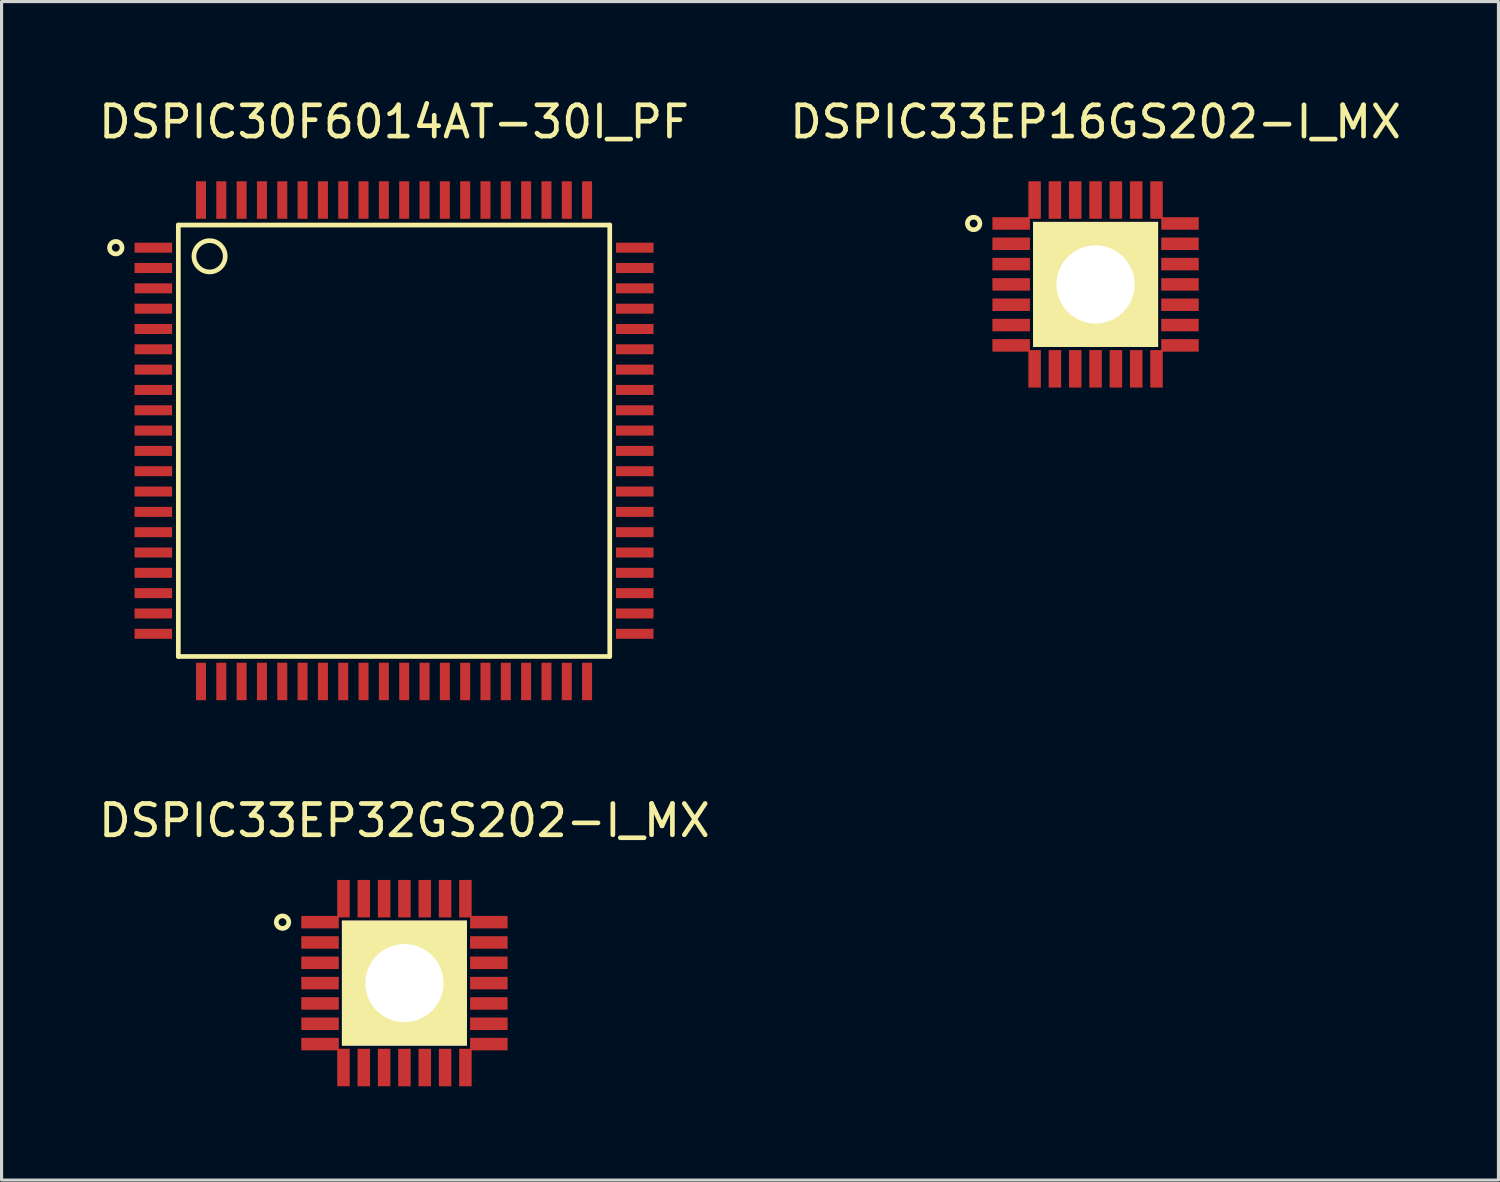
<source format=kicad_pcb>
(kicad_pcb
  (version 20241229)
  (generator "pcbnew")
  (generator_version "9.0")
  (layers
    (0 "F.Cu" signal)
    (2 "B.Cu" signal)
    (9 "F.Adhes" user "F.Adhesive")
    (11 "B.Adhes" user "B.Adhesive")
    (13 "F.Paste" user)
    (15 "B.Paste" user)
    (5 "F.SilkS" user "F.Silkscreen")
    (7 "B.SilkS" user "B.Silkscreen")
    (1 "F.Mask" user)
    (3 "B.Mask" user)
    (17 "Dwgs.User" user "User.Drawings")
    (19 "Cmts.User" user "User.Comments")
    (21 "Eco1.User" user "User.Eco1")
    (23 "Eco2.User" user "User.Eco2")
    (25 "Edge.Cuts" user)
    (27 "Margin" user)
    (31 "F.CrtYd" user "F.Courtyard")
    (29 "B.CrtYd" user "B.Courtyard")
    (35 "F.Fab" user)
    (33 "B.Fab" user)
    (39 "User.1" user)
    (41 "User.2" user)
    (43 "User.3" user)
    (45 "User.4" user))
  (footprint "DSPIC33EP16GS202-I_MX"
    (layer "F.Cu")
    (at 29.294 3.348)
    (property "Reference" "DSPIC33EP16GS202-I_MX" (at 2.7 -2.5 0) (layer "F.SilkS") (effects (font (size 1 1) (thickness 0.15))))
    (attr through_hole)
    (fp_line (start 0.8 0.8) (end 0.8 4.6) (stroke (width 0.15) (type solid)) (layer "F.SilkS"))
    (fp_line (start 0.8 0.8) (end 4.6 0.8) (stroke (width 0.15) (type solid)) (layer "F.SilkS"))
    (fp_line (start 0.8 4.6) (end 4.6 4.6) (stroke (width 0.15) (type solid)) (layer "F.SilkS"))
    (fp_line (start 4.6 4.6) (end 4.6 0.8) (stroke (width 0.15) (type solid)) (layer "F.SilkS"))
    (fp_circle (center -1.2 0.75) (end -1.2 0.55) (stroke (width 0.15) (type solid)) (fill no) (layer "F.SilkS"))
    (fp_circle (center 1.8 1.8) (end 1.8 1.3) (stroke (width 0.15) (type solid)) (fill no) (layer "F.SilkS"))
    (pad "1" smd rect (at 0 0.75) (size 1.2 0.4) (layers "F.Cu" "F.Mask" "F.Paste"))
    (pad "2" smd rect (at 0 1.4) (size 1.2 0.4) (layers "F.Cu" "F.Mask" "F.Paste"))
    (pad "3" smd rect (at 0 2.05) (size 1.2 0.4) (layers "F.Cu" "F.Mask" "F.Paste"))
    (pad "4" smd rect (at 0 2.7) (size 1.2 0.4) (layers "F.Cu" "F.Mask" "F.Paste"))
    (pad "5" smd rect (at 0 3.35) (size 1.2 0.4) (layers "F.Cu" "F.Mask" "F.Paste"))
    (pad "6" smd rect (at 0 4) (size 1.2 0.4) (layers "F.Cu" "F.Mask" "F.Paste"))
    (pad "7" smd rect (at 0 4.65) (size 1.2 0.4) (layers "F.Cu" "F.Mask" "F.Paste"))
    (pad "8" smd rect (at 0.75 5.4) (size 0.4 1.2) (layers "F.Cu" "F.Mask" "F.Paste"))
    (pad "9" smd rect (at 1.4 5.4) (size 0.4 1.2) (layers "F.Cu" "F.Mask" "F.Paste"))
    (pad "10" smd rect (at 2.05 5.4) (size 0.4 1.2) (layers "F.Cu" "F.Mask" "F.Paste"))
    (pad "11" smd rect (at 2.7 5.4) (size 0.4 1.2) (layers "F.Cu" "F.Mask" "F.Paste"))
    (pad "12" smd rect (at 3.35 5.4) (size 0.4 1.2) (layers "F.Cu" "F.Mask" "F.Paste"))
    (pad "13" smd rect (at 4 5.4) (size 0.4 1.2) (layers "F.Cu" "F.Mask" "F.Paste"))
    (pad "14" smd rect (at 4.65 5.4) (size 0.4 1.2) (layers "F.Cu" "F.Mask" "F.Paste"))
    (pad "15" smd rect (at 5.4 4.65) (size 1.2 0.4) (layers "F.Cu" "F.Mask" "F.Paste"))
    (pad "16" smd rect (at 5.4 4) (size 1.2 0.4) (layers "F.Cu" "F.Mask" "F.Paste"))
    (pad "17" smd rect (at 5.4 3.35) (size 1.2 0.4) (layers "F.Cu" "F.Mask" "F.Paste"))
    (pad "18" smd rect (at 5.4 2.7) (size 1.2 0.4) (layers "F.Cu" "F.Mask" "F.Paste"))
    (pad "19" smd rect (at 5.4 2.05) (size 1.2 0.4) (layers "F.Cu" "F.Mask" "F.Paste"))
    (pad "20" smd rect (at 5.4 1.4) (size 1.2 0.4) (layers "F.Cu" "F.Mask" "F.Paste"))
    (pad "21" smd rect (at 5.4 0.75) (size 1.2 0.4) (layers "F.Cu" "F.Mask" "F.Paste"))
    (pad "22" smd rect (at 4.65 0) (size 0.4 1.2) (layers "F.Cu" "F.Mask" "F.Paste"))
    (pad "23" smd rect (at 4 0) (size 0.4 1.2) (layers "F.Cu" "F.Mask" "F.Paste"))
    (pad "24" smd rect (at 3.35 0) (size 0.4 1.2) (layers "F.Cu" "F.Mask" "F.Paste"))
    (pad "25" smd rect (at 2.7 0) (size 0.4 1.2) (layers "F.Cu" "F.Mask" "F.Paste"))
    (pad "26" smd rect (at 2.05 0) (size 0.4 1.2) (layers "F.Cu" "F.Mask" "F.Paste"))
    (pad "27" smd rect (at 1.4 0) (size 0.4 1.2) (layers "F.Cu" "F.Mask" "F.Paste"))
    (pad "28" smd rect (at 0.75 0) (size 0.4 1.2) (layers "F.Cu" "F.Mask" "F.Paste"))
    (pad "999" thru_hole rect (at 2.7 2.7) (size 4 4) (drill 2.5) (layers "*.Cu" "*.Mask" "F.SilkS")))
  (footprint "DSPIC33EP32GS202-I_MX"
    (layer "F.Cu")
    (at 7.187 25.697)
    (property "Reference" "DSPIC33EP32GS202-I_MX" (at 2.7 -2.5 0) (layer "F.SilkS") (effects (font (size 1 1) (thickness 0.15))))
    (attr through_hole)
    (fp_line (start 0.8 0.8) (end 0.8 4.6) (stroke (width 0.15) (type solid)) (layer "F.SilkS"))
    (fp_line (start 0.8 0.8) (end 4.6 0.8) (stroke (width 0.15) (type solid)) (layer "F.SilkS"))
    (fp_line (start 0.8 4.6) (end 4.6 4.6) (stroke (width 0.15) (type solid)) (layer "F.SilkS"))
    (fp_line (start 4.6 4.6) (end 4.6 0.8) (stroke (width 0.15) (type solid)) (layer "F.SilkS"))
    (fp_circle (center -1.2 0.75) (end -1.2 0.55) (stroke (width 0.15) (type solid)) (fill no) (layer "F.SilkS"))
    (fp_circle (center 1.8 1.8) (end 1.8 1.3) (stroke (width 0.15) (type solid)) (fill no) (layer "F.SilkS"))
    (pad "1" smd rect (at 0 0.75) (size 1.2 0.4) (layers "F.Cu" "F.Mask" "F.Paste"))
    (pad "2" smd rect (at 0 1.4) (size 1.2 0.4) (layers "F.Cu" "F.Mask" "F.Paste"))
    (pad "3" smd rect (at 0 2.05) (size 1.2 0.4) (layers "F.Cu" "F.Mask" "F.Paste"))
    (pad "4" smd rect (at 0 2.7) (size 1.2 0.4) (layers "F.Cu" "F.Mask" "F.Paste"))
    (pad "5" smd rect (at 0 3.35) (size 1.2 0.4) (layers "F.Cu" "F.Mask" "F.Paste"))
    (pad "6" smd rect (at 0 4) (size 1.2 0.4) (layers "F.Cu" "F.Mask" "F.Paste"))
    (pad "7" smd rect (at 0 4.65) (size 1.2 0.4) (layers "F.Cu" "F.Mask" "F.Paste"))
    (pad "8" smd rect (at 0.75 5.4) (size 0.4 1.2) (layers "F.Cu" "F.Mask" "F.Paste"))
    (pad "9" smd rect (at 1.4 5.4) (size 0.4 1.2) (layers "F.Cu" "F.Mask" "F.Paste"))
    (pad "10" smd rect (at 2.05 5.4) (size 0.4 1.2) (layers "F.Cu" "F.Mask" "F.Paste"))
    (pad "11" smd rect (at 2.7 5.4) (size 0.4 1.2) (layers "F.Cu" "F.Mask" "F.Paste"))
    (pad "12" smd rect (at 3.35 5.4) (size 0.4 1.2) (layers "F.Cu" "F.Mask" "F.Paste"))
    (pad "13" smd rect (at 4 5.4) (size 0.4 1.2) (layers "F.Cu" "F.Mask" "F.Paste"))
    (pad "14" smd rect (at 4.65 5.4) (size 0.4 1.2) (layers "F.Cu" "F.Mask" "F.Paste"))
    (pad "15" smd rect (at 5.4 4.65) (size 1.2 0.4) (layers "F.Cu" "F.Mask" "F.Paste"))
    (pad "16" smd rect (at 5.4 4) (size 1.2 0.4) (layers "F.Cu" "F.Mask" "F.Paste"))
    (pad "17" smd rect (at 5.4 3.35) (size 1.2 0.4) (layers "F.Cu" "F.Mask" "F.Paste"))
    (pad "18" smd rect (at 5.4 2.7) (size 1.2 0.4) (layers "F.Cu" "F.Mask" "F.Paste"))
    (pad "19" smd rect (at 5.4 2.05) (size 1.2 0.4) (layers "F.Cu" "F.Mask" "F.Paste"))
    (pad "20" smd rect (at 5.4 1.4) (size 1.2 0.4) (layers "F.Cu" "F.Mask" "F.Paste"))
    (pad "21" smd rect (at 5.4 0.75) (size 1.2 0.4) (layers "F.Cu" "F.Mask" "F.Paste"))
    (pad "22" smd rect (at 4.65 0) (size 0.4 1.2) (layers "F.Cu" "F.Mask" "F.Paste"))
    (pad "23" smd rect (at 4 0) (size 0.4 1.2) (layers "F.Cu" "F.Mask" "F.Paste"))
    (pad "24" smd rect (at 3.35 0) (size 0.4 1.2) (layers "F.Cu" "F.Mask" "F.Paste"))
    (pad "25" smd rect (at 2.7 0) (size 0.4 1.2) (layers "F.Cu" "F.Mask" "F.Paste"))
    (pad "26" smd rect (at 2.05 0) (size 0.4 1.2) (layers "F.Cu" "F.Mask" "F.Paste"))
    (pad "27" smd rect (at 1.4 0) (size 0.4 1.2) (layers "F.Cu" "F.Mask" "F.Paste"))
    (pad "28" smd rect (at 0.75 0) (size 0.4 1.2) (layers "F.Cu" "F.Mask" "F.Paste"))
    (pad "999" thru_hole rect (at 2.7 2.7) (size 4 4) (drill 2.5) (layers "*.Cu" "*.Mask" "F.SilkS")))
  (footprint "DSPIC30F6014AT-30I_PF"
    (layer "F.Cu")
    (at 1.854 3.348)
    (property "Reference" "DSPIC30F6014AT-30I_PF" (at 7.7 -2.5 0) (layer "F.SilkS") (effects (font (size 1 1) (thickness 0.15))))
    (attr through_hole)
    (fp_line (start 0.8 0.8) (end 0.8 14.6) (stroke (width 0.15) (type solid)) (layer "F.SilkS"))
    (fp_line (start 0.8 0.8) (end 14.6 0.8) (stroke (width 0.15) (type solid)) (layer "F.SilkS"))
    (fp_line (start 0.8 14.6) (end 14.6 14.6) (stroke (width 0.15) (type solid)) (layer "F.SilkS"))
    (fp_line (start 14.6 14.6) (end 14.6 0.8) (stroke (width 0.15) (type solid)) (layer "F.SilkS"))
    (fp_circle (center -1.2 1.525) (end -1.2 1.325) (stroke (width 0.15) (type solid)) (fill no) (layer "F.SilkS"))
    (fp_circle (center 1.8 1.8) (end 1.8 1.3) (stroke (width 0.15) (type solid)) (fill no) (layer "F.SilkS"))
    (pad "1" smd rect (at 0 1.525) (size 1.2 0.32) (layers "F.Cu" "F.Mask" "F.Paste"))
    (pad "2" smd rect (at 0 2.175) (size 1.2 0.32) (layers "F.Cu" "F.Mask" "F.Paste"))
    (pad "3" smd rect (at 0 2.825) (size 1.2 0.32) (layers "F.Cu" "F.Mask" "F.Paste"))
    (pad "4" smd rect (at 0 3.475) (size 1.2 0.32) (layers "F.Cu" "F.Mask" "F.Paste"))
    (pad "5" smd rect (at 0 4.125) (size 1.2 0.32) (layers "F.Cu" "F.Mask" "F.Paste"))
    (pad "6" smd rect (at 0 4.775) (size 1.2 0.32) (layers "F.Cu" "F.Mask" "F.Paste"))
    (pad "7" smd rect (at 0 5.425) (size 1.2 0.32) (layers "F.Cu" "F.Mask" "F.Paste"))
    (pad "8" smd rect (at 0 6.075) (size 1.2 0.32) (layers "F.Cu" "F.Mask" "F.Paste"))
    (pad "9" smd rect (at 0 6.725) (size 1.2 0.32) (layers "F.Cu" "F.Mask" "F.Paste"))
    (pad "10" smd rect (at 0 7.375) (size 1.2 0.32) (layers "F.Cu" "F.Mask" "F.Paste"))
    (pad "11" smd rect (at 0 8.025) (size 1.2 0.32) (layers "F.Cu" "F.Mask" "F.Paste"))
    (pad "12" smd rect (at 0 8.675) (size 1.2 0.32) (layers "F.Cu" "F.Mask" "F.Paste"))
    (pad "13" smd rect (at 0 9.325) (size 1.2 0.32) (layers "F.Cu" "F.Mask" "F.Paste"))
    (pad "14" smd rect (at 0 9.975) (size 1.2 0.32) (layers "F.Cu" "F.Mask" "F.Paste"))
    (pad "15" smd rect (at 0 10.625) (size 1.2 0.32) (layers "F.Cu" "F.Mask" "F.Paste"))
    (pad "16" smd rect (at 0 11.275) (size 1.2 0.32) (layers "F.Cu" "F.Mask" "F.Paste"))
    (pad "17" smd rect (at 0 11.925) (size 1.2 0.32) (layers "F.Cu" "F.Mask" "F.Paste"))
    (pad "18" smd rect (at 0 12.575) (size 1.2 0.32) (layers "F.Cu" "F.Mask" "F.Paste"))
    (pad "19" smd rect (at 0 13.225) (size 1.2 0.32) (layers "F.Cu" "F.Mask" "F.Paste"))
    (pad "20" smd rect (at 0 13.875) (size 1.2 0.32) (layers "F.Cu" "F.Mask" "F.Paste"))
    (pad "21" smd rect (at 1.525 15.4) (size 0.32 1.2) (layers "F.Cu" "F.Mask" "F.Paste"))
    (pad "22" smd rect (at 2.175 15.4) (size 0.32 1.2) (layers "F.Cu" "F.Mask" "F.Paste"))
    (pad "23" smd rect (at 2.825 15.4) (size 0.32 1.2) (layers "F.Cu" "F.Mask" "F.Paste"))
    (pad "24" smd rect (at 3.475 15.4) (size 0.32 1.2) (layers "F.Cu" "F.Mask" "F.Paste"))
    (pad "25" smd rect (at 4.125 15.4) (size 0.32 1.2) (layers "F.Cu" "F.Mask" "F.Paste"))
    (pad "26" smd rect (at 4.775 15.4) (size 0.32 1.2) (layers "F.Cu" "F.Mask" "F.Paste"))
    (pad "27" smd rect (at 5.425 15.4) (size 0.32 1.2) (layers "F.Cu" "F.Mask" "F.Paste"))
    (pad "28" smd rect (at 6.075 15.4) (size 0.32 1.2) (layers "F.Cu" "F.Mask" "F.Paste"))
    (pad "29" smd rect (at 6.725 15.4) (size 0.32 1.2) (layers "F.Cu" "F.Mask" "F.Paste"))
    (pad "30" smd rect (at 7.375 15.4) (size 0.32 1.2) (layers "F.Cu" "F.Mask" "F.Paste"))
    (pad "31" smd rect (at 8.025 15.4) (size 0.32 1.2) (layers "F.Cu" "F.Mask" "F.Paste"))
    (pad "32" smd rect (at 8.675 15.4) (size 0.32 1.2) (layers "F.Cu" "F.Mask" "F.Paste"))
    (pad "33" smd rect (at 9.325 15.4) (size 0.32 1.2) (layers "F.Cu" "F.Mask" "F.Paste"))
    (pad "34" smd rect (at 9.975 15.4) (size 0.32 1.2) (layers "F.Cu" "F.Mask" "F.Paste"))
    (pad "35" smd rect (at 10.625 15.4) (size 0.32 1.2) (layers "F.Cu" "F.Mask" "F.Paste"))
    (pad "36" smd rect (at 11.275 15.4) (size 0.32 1.2) (layers "F.Cu" "F.Mask" "F.Paste"))
    (pad "37" smd rect (at 11.925 15.4) (size 0.32 1.2) (layers "F.Cu" "F.Mask" "F.Paste"))
    (pad "38" smd rect (at 12.575 15.4) (size 0.32 1.2) (layers "F.Cu" "F.Mask" "F.Paste"))
    (pad "39" smd rect (at 13.225 15.4) (size 0.32 1.2) (layers "F.Cu" "F.Mask" "F.Paste"))
    (pad "40" smd rect (at 13.875 15.4) (size 0.32 1.2) (layers "F.Cu" "F.Mask" "F.Paste"))
    (pad "41" smd rect (at 15.4 13.875) (size 1.2 0.32) (layers "F.Cu" "F.Mask" "F.Paste"))
    (pad "42" smd rect (at 15.4 13.225) (size 1.2 0.32) (layers "F.Cu" "F.Mask" "F.Paste"))
    (pad "43" smd rect (at 15.4 12.575) (size 1.2 0.32) (layers "F.Cu" "F.Mask" "F.Paste"))
    (pad "44" smd rect (at 15.4 11.925) (size 1.2 0.32) (layers "F.Cu" "F.Mask" "F.Paste"))
    (pad "45" smd rect (at 15.4 11.275) (size 1.2 0.32) (layers "F.Cu" "F.Mask" "F.Paste"))
    (pad "46" smd rect (at 15.4 10.625) (size 1.2 0.32) (layers "F.Cu" "F.Mask" "F.Paste"))
    (pad "47" smd rect (at 15.4 9.975) (size 1.2 0.32) (layers "F.Cu" "F.Mask" "F.Paste"))
    (pad "48" smd rect (at 15.4 9.325) (size 1.2 0.32) (layers "F.Cu" "F.Mask" "F.Paste"))
    (pad "49" smd rect (at 15.4 8.675) (size 1.2 0.32) (layers "F.Cu" "F.Mask" "F.Paste"))
    (pad "50" smd rect (at 15.4 8.025) (size 1.2 0.32) (layers "F.Cu" "F.Mask" "F.Paste"))
    (pad "51" smd rect (at 15.4 7.375) (size 1.2 0.32) (layers "F.Cu" "F.Mask" "F.Paste"))
    (pad "52" smd rect (at 15.4 6.725) (size 1.2 0.32) (layers "F.Cu" "F.Mask" "F.Paste"))
    (pad "53" smd rect (at 15.4 6.075) (size 1.2 0.32) (layers "F.Cu" "F.Mask" "F.Paste"))
    (pad "54" smd rect (at 15.4 5.425) (size 1.2 0.32) (layers "F.Cu" "F.Mask" "F.Paste"))
    (pad "55" smd rect (at 15.4 4.775) (size 1.2 0.32) (layers "F.Cu" "F.Mask" "F.Paste"))
    (pad "56" smd rect (at 15.4 4.125) (size 1.2 0.32) (layers "F.Cu" "F.Mask" "F.Paste"))
    (pad "57" smd rect (at 15.4 3.475) (size 1.2 0.32) (layers "F.Cu" "F.Mask" "F.Paste"))
    (pad "58" smd rect (at 15.4 2.825) (size 1.2 0.32) (layers "F.Cu" "F.Mask" "F.Paste"))
    (pad "59" smd rect (at 15.4 2.175) (size 1.2 0.32) (layers "F.Cu" "F.Mask" "F.Paste"))
    (pad "60" smd rect (at 15.4 1.525) (size 1.2 0.32) (layers "F.Cu" "F.Mask" "F.Paste"))
    (pad "61" smd rect (at 13.875 0) (size 0.32 1.2) (layers "F.Cu" "F.Mask" "F.Paste"))
    (pad "62" smd rect (at 13.225 0) (size 0.32 1.2) (layers "F.Cu" "F.Mask" "F.Paste"))
    (pad "63" smd rect (at 12.575 0) (size 0.32 1.2) (layers "F.Cu" "F.Mask" "F.Paste"))
    (pad "64" smd rect (at 11.925 0) (size 0.32 1.2) (layers "F.Cu" "F.Mask" "F.Paste"))
    (pad "65" smd rect (at 11.275 0) (size 0.32 1.2) (layers "F.Cu" "F.Mask" "F.Paste"))
    (pad "66" smd rect (at 10.625 0) (size 0.32 1.2) (layers "F.Cu" "F.Mask" "F.Paste"))
    (pad "67" smd rect (at 9.975 0) (size 0.32 1.2) (layers "F.Cu" "F.Mask" "F.Paste"))
    (pad "68" smd rect (at 9.325 0) (size 0.32 1.2) (layers "F.Cu" "F.Mask" "F.Paste"))
    (pad "69" smd rect (at 8.675 0) (size 0.32 1.2) (layers "F.Cu" "F.Mask" "F.Paste"))
    (pad "70" smd rect (at 8.025 0) (size 0.32 1.2) (layers "F.Cu" "F.Mask" "F.Paste"))
    (pad "71" smd rect (at 7.375 0) (size 0.32 1.2) (layers "F.Cu" "F.Mask" "F.Paste"))
    (pad "72" smd rect (at 6.725 0) (size 0.32 1.2) (layers "F.Cu" "F.Mask" "F.Paste"))
    (pad "73" smd rect (at 6.075 0) (size 0.32 1.2) (layers "F.Cu" "F.Mask" "F.Paste"))
    (pad "74" smd rect (at 5.425 0) (size 0.32 1.2) (layers "F.Cu" "F.Mask" "F.Paste"))
    (pad "75" smd rect (at 4.775 0) (size 0.32 1.2) (layers "F.Cu" "F.Mask" "F.Paste"))
    (pad "76" smd rect (at 4.125 0) (size 0.32 1.2) (layers "F.Cu" "F.Mask" "F.Paste"))
    (pad "77" smd rect (at 3.475 0) (size 0.32 1.2) (layers "F.Cu" "F.Mask" "F.Paste"))
    (pad "78" smd rect (at 2.825 0) (size 0.32 1.2) (layers "F.Cu" "F.Mask" "F.Paste"))
    (pad "79" smd rect (at 2.175 0) (size 0.32 1.2) (layers "F.Cu" "F.Mask" "F.Paste"))
    (pad "80" smd rect (at 1.525 0) (size 0.32 1.2) (layers "F.Cu" "F.Mask" "F.Paste")))
  (gr_rect
    (start -3 -3)
    (end 44.881 34.697)
    (stroke (width 0.1) (type default))
    (fill no)
    (layer "Edge.Cuts")))
</source>
